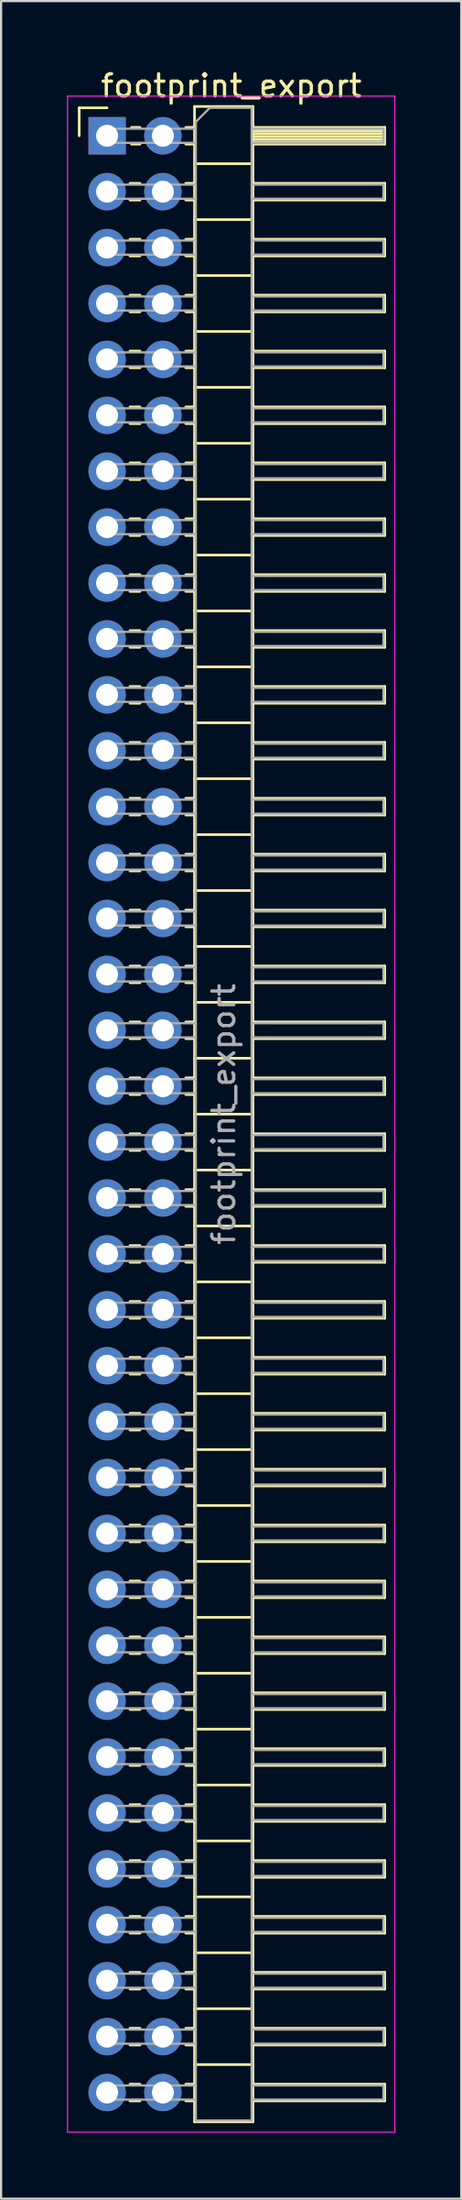
<source format=kicad_pcb>
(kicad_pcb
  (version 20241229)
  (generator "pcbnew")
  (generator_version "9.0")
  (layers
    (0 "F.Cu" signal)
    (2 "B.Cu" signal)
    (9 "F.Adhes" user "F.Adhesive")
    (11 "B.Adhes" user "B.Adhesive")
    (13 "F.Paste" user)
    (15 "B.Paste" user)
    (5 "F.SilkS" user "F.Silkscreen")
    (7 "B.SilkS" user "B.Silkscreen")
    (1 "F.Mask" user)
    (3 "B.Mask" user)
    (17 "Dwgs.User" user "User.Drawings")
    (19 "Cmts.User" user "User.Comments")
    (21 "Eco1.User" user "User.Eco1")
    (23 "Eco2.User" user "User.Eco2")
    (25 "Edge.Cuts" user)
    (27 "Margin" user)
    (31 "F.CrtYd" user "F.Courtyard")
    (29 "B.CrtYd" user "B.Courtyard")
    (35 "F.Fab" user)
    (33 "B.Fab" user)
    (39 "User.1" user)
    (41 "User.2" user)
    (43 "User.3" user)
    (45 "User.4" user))
  (footprint "footprint_export"
    (layer "F.Cu")
    (at 1.825 3.118)
    (property "Reference" "footprint_export" (at 5.655 -2.27 0) (layer "F.SilkS") (effects (font (size 1 1) (thickness 0.15))))
    (attr through_hole)
    (fp_line (start -1.27 -1.27) (end 0 -1.27) (stroke (width 0.12) (type solid)) (layer "F.SilkS"))
    (fp_line (start -1.27 0) (end -1.27 -1.27) (stroke (width 0.12) (type solid)) (layer "F.SilkS"))
    (fp_line (start 1.043 2.16) (end 1.497 2.16) (stroke (width 0.12) (type solid)) (layer "F.SilkS"))
    (fp_line (start 1.043 2.92) (end 1.497 2.92) (stroke (width 0.12) (type solid)) (layer "F.SilkS"))
    (fp_line (start 1.043 4.7) (end 1.497 4.7) (stroke (width 0.12) (type solid)) (layer "F.SilkS"))
    (fp_line (start 1.043 5.46) (end 1.497 5.46) (stroke (width 0.12) (type solid)) (layer "F.SilkS"))
    (fp_line (start 1.043 7.24) (end 1.497 7.24) (stroke (width 0.12) (type solid)) (layer "F.SilkS"))
    (fp_line (start 1.043 8) (end 1.497 8) (stroke (width 0.12) (type solid)) (layer "F.SilkS"))
    (fp_line (start 1.043 9.78) (end 1.497 9.78) (stroke (width 0.12) (type solid)) (layer "F.SilkS"))
    (fp_line (start 1.043 10.54) (end 1.497 10.54) (stroke (width 0.12) (type solid)) (layer "F.SilkS"))
    (fp_line (start 1.043 12.32) (end 1.497 12.32) (stroke (width 0.12) (type solid)) (layer "F.SilkS"))
    (fp_line (start 1.043 13.08) (end 1.497 13.08) (stroke (width 0.12) (type solid)) (layer "F.SilkS"))
    (fp_line (start 1.043 14.86) (end 1.497 14.86) (stroke (width 0.12) (type solid)) (layer "F.SilkS"))
    (fp_line (start 1.043 15.62) (end 1.497 15.62) (stroke (width 0.12) (type solid)) (layer "F.SilkS"))
    (fp_line (start 1.043 17.4) (end 1.497 17.4) (stroke (width 0.12) (type solid)) (layer "F.SilkS"))
    (fp_line (start 1.043 18.16) (end 1.497 18.16) (stroke (width 0.12) (type solid)) (layer "F.SilkS"))
    (fp_line (start 1.043 19.94) (end 1.497 19.94) (stroke (width 0.12) (type solid)) (layer "F.SilkS"))
    (fp_line (start 1.043 20.7) (end 1.497 20.7) (stroke (width 0.12) (type solid)) (layer "F.SilkS"))
    (fp_line (start 1.043 22.48) (end 1.497 22.48) (stroke (width 0.12) (type solid)) (layer "F.SilkS"))
    (fp_line (start 1.043 23.24) (end 1.497 23.24) (stroke (width 0.12) (type solid)) (layer "F.SilkS"))
    (fp_line (start 1.043 25.02) (end 1.497 25.02) (stroke (width 0.12) (type solid)) (layer "F.SilkS"))
    (fp_line (start 1.043 25.78) (end 1.497 25.78) (stroke (width 0.12) (type solid)) (layer "F.SilkS"))
    (fp_line (start 1.043 27.56) (end 1.497 27.56) (stroke (width 0.12) (type solid)) (layer "F.SilkS"))
    (fp_line (start 1.043 28.32) (end 1.497 28.32) (stroke (width 0.12) (type solid)) (layer "F.SilkS"))
    (fp_line (start 1.043 30.1) (end 1.497 30.1) (stroke (width 0.12) (type solid)) (layer "F.SilkS"))
    (fp_line (start 1.043 30.86) (end 1.497 30.86) (stroke (width 0.12) (type solid)) (layer "F.SilkS"))
    (fp_line (start 1.043 32.64) (end 1.497 32.64) (stroke (width 0.12) (type solid)) (layer "F.SilkS"))
    (fp_line (start 1.043 33.4) (end 1.497 33.4) (stroke (width 0.12) (type solid)) (layer "F.SilkS"))
    (fp_line (start 1.043 35.18) (end 1.497 35.18) (stroke (width 0.12) (type solid)) (layer "F.SilkS"))
    (fp_line (start 1.043 35.94) (end 1.497 35.94) (stroke (width 0.12) (type solid)) (layer "F.SilkS"))
    (fp_line (start 1.043 37.72) (end 1.497 37.72) (stroke (width 0.12) (type solid)) (layer "F.SilkS"))
    (fp_line (start 1.043 38.48) (end 1.497 38.48) (stroke (width 0.12) (type solid)) (layer "F.SilkS"))
    (fp_line (start 1.043 40.26) (end 1.497 40.26) (stroke (width 0.12) (type solid)) (layer "F.SilkS"))
    (fp_line (start 1.043 41.02) (end 1.497 41.02) (stroke (width 0.12) (type solid)) (layer "F.SilkS"))
    (fp_line (start 1.043 42.8) (end 1.497 42.8) (stroke (width 0.12) (type solid)) (layer "F.SilkS"))
    (fp_line (start 1.043 43.56) (end 1.497 43.56) (stroke (width 0.12) (type solid)) (layer "F.SilkS"))
    (fp_line (start 1.043 45.34) (end 1.497 45.34) (stroke (width 0.12) (type solid)) (layer "F.SilkS"))
    (fp_line (start 1.043 46.1) (end 1.497 46.1) (stroke (width 0.12) (type solid)) (layer "F.SilkS"))
    (fp_line (start 1.043 47.88) (end 1.497 47.88) (stroke (width 0.12) (type solid)) (layer "F.SilkS"))
    (fp_line (start 1.043 48.64) (end 1.497 48.64) (stroke (width 0.12) (type solid)) (layer "F.SilkS"))
    (fp_line (start 1.043 50.42) (end 1.497 50.42) (stroke (width 0.12) (type solid)) (layer "F.SilkS"))
    (fp_line (start 1.043 51.18) (end 1.497 51.18) (stroke (width 0.12) (type solid)) (layer "F.SilkS"))
    (fp_line (start 1.043 52.96) (end 1.497 52.96) (stroke (width 0.12) (type solid)) (layer "F.SilkS"))
    (fp_line (start 1.043 53.72) (end 1.497 53.72) (stroke (width 0.12) (type solid)) (layer "F.SilkS"))
    (fp_line (start 1.043 55.5) (end 1.497 55.5) (stroke (width 0.12) (type solid)) (layer "F.SilkS"))
    (fp_line (start 1.043 56.26) (end 1.497 56.26) (stroke (width 0.12) (type solid)) (layer "F.SilkS"))
    (fp_line (start 1.043 58.04) (end 1.497 58.04) (stroke (width 0.12) (type solid)) (layer "F.SilkS"))
    (fp_line (start 1.043 58.8) (end 1.497 58.8) (stroke (width 0.12) (type solid)) (layer "F.SilkS"))
    (fp_line (start 1.043 60.58) (end 1.497 60.58) (stroke (width 0.12) (type solid)) (layer "F.SilkS"))
    (fp_line (start 1.043 61.34) (end 1.497 61.34) (stroke (width 0.12) (type solid)) (layer "F.SilkS"))
    (fp_line (start 1.043 63.12) (end 1.497 63.12) (stroke (width 0.12) (type solid)) (layer "F.SilkS"))
    (fp_line (start 1.043 63.88) (end 1.497 63.88) (stroke (width 0.12) (type solid)) (layer "F.SilkS"))
    (fp_line (start 1.043 65.66) (end 1.497 65.66) (stroke (width 0.12) (type solid)) (layer "F.SilkS"))
    (fp_line (start 1.043 66.42) (end 1.497 66.42) (stroke (width 0.12) (type solid)) (layer "F.SilkS"))
    (fp_line (start 1.043 68.2) (end 1.497 68.2) (stroke (width 0.12) (type solid)) (layer "F.SilkS"))
    (fp_line (start 1.043 68.96) (end 1.497 68.96) (stroke (width 0.12) (type solid)) (layer "F.SilkS"))
    (fp_line (start 1.043 70.74) (end 1.497 70.74) (stroke (width 0.12) (type solid)) (layer "F.SilkS"))
    (fp_line (start 1.043 71.5) (end 1.497 71.5) (stroke (width 0.12) (type solid)) (layer "F.SilkS"))
    (fp_line (start 1.043 73.28) (end 1.497 73.28) (stroke (width 0.12) (type solid)) (layer "F.SilkS"))
    (fp_line (start 1.043 74.04) (end 1.497 74.04) (stroke (width 0.12) (type solid)) (layer "F.SilkS"))
    (fp_line (start 1.043 75.82) (end 1.497 75.82) (stroke (width 0.12) (type solid)) (layer "F.SilkS"))
    (fp_line (start 1.043 76.58) (end 1.497 76.58) (stroke (width 0.12) (type solid)) (layer "F.SilkS"))
    (fp_line (start 1.043 78.36) (end 1.497 78.36) (stroke (width 0.12) (type solid)) (layer "F.SilkS"))
    (fp_line (start 1.043 79.12) (end 1.497 79.12) (stroke (width 0.12) (type solid)) (layer "F.SilkS"))
    (fp_line (start 1.043 80.9) (end 1.497 80.9) (stroke (width 0.12) (type solid)) (layer "F.SilkS"))
    (fp_line (start 1.043 81.66) (end 1.497 81.66) (stroke (width 0.12) (type solid)) (layer "F.SilkS"))
    (fp_line (start 1.043 83.44) (end 1.497 83.44) (stroke (width 0.12) (type solid)) (layer "F.SilkS"))
    (fp_line (start 1.043 84.2) (end 1.497 84.2) (stroke (width 0.12) (type solid)) (layer "F.SilkS"))
    (fp_line (start 1.043 85.98) (end 1.497 85.98) (stroke (width 0.12) (type solid)) (layer "F.SilkS"))
    (fp_line (start 1.043 86.74) (end 1.497 86.74) (stroke (width 0.12) (type solid)) (layer "F.SilkS"))
    (fp_line (start 1.043 88.52) (end 1.497 88.52) (stroke (width 0.12) (type solid)) (layer "F.SilkS"))
    (fp_line (start 1.043 89.28) (end 1.497 89.28) (stroke (width 0.12) (type solid)) (layer "F.SilkS"))
    (fp_line (start 1.11 -0.38) (end 1.497 -0.38) (stroke (width 0.12) (type solid)) (layer "F.SilkS"))
    (fp_line (start 1.11 0.38) (end 1.497 0.38) (stroke (width 0.12) (type solid)) (layer "F.SilkS"))
    (fp_line (start 3.583 -0.38) (end 3.98 -0.38) (stroke (width 0.12) (type solid)) (layer "F.SilkS"))
    (fp_line (start 3.583 0.38) (end 3.98 0.38) (stroke (width 0.12) (type solid)) (layer "F.SilkS"))
    (fp_line (start 3.583 2.16) (end 3.98 2.16) (stroke (width 0.12) (type solid)) (layer "F.SilkS"))
    (fp_line (start 3.583 2.92) (end 3.98 2.92) (stroke (width 0.12) (type solid)) (layer "F.SilkS"))
    (fp_line (start 3.583 4.7) (end 3.98 4.7) (stroke (width 0.12) (type solid)) (layer "F.SilkS"))
    (fp_line (start 3.583 5.46) (end 3.98 5.46) (stroke (width 0.12) (type solid)) (layer "F.SilkS"))
    (fp_line (start 3.583 7.24) (end 3.98 7.24) (stroke (width 0.12) (type solid)) (layer "F.SilkS"))
    (fp_line (start 3.583 8) (end 3.98 8) (stroke (width 0.12) (type solid)) (layer "F.SilkS"))
    (fp_line (start 3.583 9.78) (end 3.98 9.78) (stroke (width 0.12) (type solid)) (layer "F.SilkS"))
    (fp_line (start 3.583 10.54) (end 3.98 10.54) (stroke (width 0.12) (type solid)) (layer "F.SilkS"))
    (fp_line (start 3.583 12.32) (end 3.98 12.32) (stroke (width 0.12) (type solid)) (layer "F.SilkS"))
    (fp_line (start 3.583 13.08) (end 3.98 13.08) (stroke (width 0.12) (type solid)) (layer "F.SilkS"))
    (fp_line (start 3.583 14.86) (end 3.98 14.86) (stroke (width 0.12) (type solid)) (layer "F.SilkS"))
    (fp_line (start 3.583 15.62) (end 3.98 15.62) (stroke (width 0.12) (type solid)) (layer "F.SilkS"))
    (fp_line (start 3.583 17.4) (end 3.98 17.4) (stroke (width 0.12) (type solid)) (layer "F.SilkS"))
    (fp_line (start 3.583 18.16) (end 3.98 18.16) (stroke (width 0.12) (type solid)) (layer "F.SilkS"))
    (fp_line (start 3.583 19.94) (end 3.98 19.94) (stroke (width 0.12) (type solid)) (layer "F.SilkS"))
    (fp_line (start 3.583 20.7) (end 3.98 20.7) (stroke (width 0.12) (type solid)) (layer "F.SilkS"))
    (fp_line (start 3.583 22.48) (end 3.98 22.48) (stroke (width 0.12) (type solid)) (layer "F.SilkS"))
    (fp_line (start 3.583 23.24) (end 3.98 23.24) (stroke (width 0.12) (type solid)) (layer "F.SilkS"))
    (fp_line (start 3.583 25.02) (end 3.98 25.02) (stroke (width 0.12) (type solid)) (layer "F.SilkS"))
    (fp_line (start 3.583 25.78) (end 3.98 25.78) (stroke (width 0.12) (type solid)) (layer "F.SilkS"))
    (fp_line (start 3.583 27.56) (end 3.98 27.56) (stroke (width 0.12) (type solid)) (layer "F.SilkS"))
    (fp_line (start 3.583 28.32) (end 3.98 28.32) (stroke (width 0.12) (type solid)) (layer "F.SilkS"))
    (fp_line (start 3.583 30.1) (end 3.98 30.1) (stroke (width 0.12) (type solid)) (layer "F.SilkS"))
    (fp_line (start 3.583 30.86) (end 3.98 30.86) (stroke (width 0.12) (type solid)) (layer "F.SilkS"))
    (fp_line (start 3.583 32.64) (end 3.98 32.64) (stroke (width 0.12) (type solid)) (layer "F.SilkS"))
    (fp_line (start 3.583 33.4) (end 3.98 33.4) (stroke (width 0.12) (type solid)) (layer "F.SilkS"))
    (fp_line (start 3.583 35.18) (end 3.98 35.18) (stroke (width 0.12) (type solid)) (layer "F.SilkS"))
    (fp_line (start 3.583 35.94) (end 3.98 35.94) (stroke (width 0.12) (type solid)) (layer "F.SilkS"))
    (fp_line (start 3.583 37.72) (end 3.98 37.72) (stroke (width 0.12) (type solid)) (layer "F.SilkS"))
    (fp_line (start 3.583 38.48) (end 3.98 38.48) (stroke (width 0.12) (type solid)) (layer "F.SilkS"))
    (fp_line (start 3.583 40.26) (end 3.98 40.26) (stroke (width 0.12) (type solid)) (layer "F.SilkS"))
    (fp_line (start 3.583 41.02) (end 3.98 41.02) (stroke (width 0.12) (type solid)) (layer "F.SilkS"))
    (fp_line (start 3.583 42.8) (end 3.98 42.8) (stroke (width 0.12) (type solid)) (layer "F.SilkS"))
    (fp_line (start 3.583 43.56) (end 3.98 43.56) (stroke (width 0.12) (type solid)) (layer "F.SilkS"))
    (fp_line (start 3.583 45.34) (end 3.98 45.34) (stroke (width 0.12) (type solid)) (layer "F.SilkS"))
    (fp_line (start 3.583 46.1) (end 3.98 46.1) (stroke (width 0.12) (type solid)) (layer "F.SilkS"))
    (fp_line (start 3.583 47.88) (end 3.98 47.88) (stroke (width 0.12) (type solid)) (layer "F.SilkS"))
    (fp_line (start 3.583 48.64) (end 3.98 48.64) (stroke (width 0.12) (type solid)) (layer "F.SilkS"))
    (fp_line (start 3.583 50.42) (end 3.98 50.42) (stroke (width 0.12) (type solid)) (layer "F.SilkS"))
    (fp_line (start 3.583 51.18) (end 3.98 51.18) (stroke (width 0.12) (type solid)) (layer "F.SilkS"))
    (fp_line (start 3.583 52.96) (end 3.98 52.96) (stroke (width 0.12) (type solid)) (layer "F.SilkS"))
    (fp_line (start 3.583 53.72) (end 3.98 53.72) (stroke (width 0.12) (type solid)) (layer "F.SilkS"))
    (fp_line (start 3.583 55.5) (end 3.98 55.5) (stroke (width 0.12) (type solid)) (layer "F.SilkS"))
    (fp_line (start 3.583 56.26) (end 3.98 56.26) (stroke (width 0.12) (type solid)) (layer "F.SilkS"))
    (fp_line (start 3.583 58.04) (end 3.98 58.04) (stroke (width 0.12) (type solid)) (layer "F.SilkS"))
    (fp_line (start 3.583 58.8) (end 3.98 58.8) (stroke (width 0.12) (type solid)) (layer "F.SilkS"))
    (fp_line (start 3.583 60.58) (end 3.98 60.58) (stroke (width 0.12) (type solid)) (layer "F.SilkS"))
    (fp_line (start 3.583 61.34) (end 3.98 61.34) (stroke (width 0.12) (type solid)) (layer "F.SilkS"))
    (fp_line (start 3.583 63.12) (end 3.98 63.12) (stroke (width 0.12) (type solid)) (layer "F.SilkS"))
    (fp_line (start 3.583 63.88) (end 3.98 63.88) (stroke (width 0.12) (type solid)) (layer "F.SilkS"))
    (fp_line (start 3.583 65.66) (end 3.98 65.66) (stroke (width 0.12) (type solid)) (layer "F.SilkS"))
    (fp_line (start 3.583 66.42) (end 3.98 66.42) (stroke (width 0.12) (type solid)) (layer "F.SilkS"))
    (fp_line (start 3.583 68.2) (end 3.98 68.2) (stroke (width 0.12) (type solid)) (layer "F.SilkS"))
    (fp_line (start 3.583 68.96) (end 3.98 68.96) (stroke (width 0.12) (type solid)) (layer "F.SilkS"))
    (fp_line (start 3.583 70.74) (end 3.98 70.74) (stroke (width 0.12) (type solid)) (layer "F.SilkS"))
    (fp_line (start 3.583 71.5) (end 3.98 71.5) (stroke (width 0.12) (type solid)) (layer "F.SilkS"))
    (fp_line (start 3.583 73.28) (end 3.98 73.28) (stroke (width 0.12) (type solid)) (layer "F.SilkS"))
    (fp_line (start 3.583 74.04) (end 3.98 74.04) (stroke (width 0.12) (type solid)) (layer "F.SilkS"))
    (fp_line (start 3.583 75.82) (end 3.98 75.82) (stroke (width 0.12) (type solid)) (layer "F.SilkS"))
    (fp_line (start 3.583 76.58) (end 3.98 76.58) (stroke (width 0.12) (type solid)) (layer "F.SilkS"))
    (fp_line (start 3.583 78.36) (end 3.98 78.36) (stroke (width 0.12) (type solid)) (layer "F.SilkS"))
    (fp_line (start 3.583 79.12) (end 3.98 79.12) (stroke (width 0.12) (type solid)) (layer "F.SilkS"))
    (fp_line (start 3.583 80.9) (end 3.98 80.9) (stroke (width 0.12) (type solid)) (layer "F.SilkS"))
    (fp_line (start 3.583 81.66) (end 3.98 81.66) (stroke (width 0.12) (type solid)) (layer "F.SilkS"))
    (fp_line (start 3.583 83.44) (end 3.98 83.44) (stroke (width 0.12) (type solid)) (layer "F.SilkS"))
    (fp_line (start 3.583 84.2) (end 3.98 84.2) (stroke (width 0.12) (type solid)) (layer "F.SilkS"))
    (fp_line (start 3.583 85.98) (end 3.98 85.98) (stroke (width 0.12) (type solid)) (layer "F.SilkS"))
    (fp_line (start 3.583 86.74) (end 3.98 86.74) (stroke (width 0.12) (type solid)) (layer "F.SilkS"))
    (fp_line (start 3.583 88.52) (end 3.98 88.52) (stroke (width 0.12) (type solid)) (layer "F.SilkS"))
    (fp_line (start 3.583 89.28) (end 3.98 89.28) (stroke (width 0.12) (type solid)) (layer "F.SilkS"))
    (fp_line (start 3.98 -1.33) (end 3.98 90.23) (stroke (width 0.12) (type solid)) (layer "F.SilkS"))
    (fp_line (start 3.98 1.27) (end 6.64 1.27) (stroke (width 0.12) (type solid)) (layer "F.SilkS"))
    (fp_line (start 3.98 3.81) (end 6.64 3.81) (stroke (width 0.12) (type solid)) (layer "F.SilkS"))
    (fp_line (start 3.98 6.35) (end 6.64 6.35) (stroke (width 0.12) (type solid)) (layer "F.SilkS"))
    (fp_line (start 3.98 8.89) (end 6.64 8.89) (stroke (width 0.12) (type solid)) (layer "F.SilkS"))
    (fp_line (start 3.98 11.43) (end 6.64 11.43) (stroke (width 0.12) (type solid)) (layer "F.SilkS"))
    (fp_line (start 3.98 13.97) (end 6.64 13.97) (stroke (width 0.12) (type solid)) (layer "F.SilkS"))
    (fp_line (start 3.98 16.51) (end 6.64 16.51) (stroke (width 0.12) (type solid)) (layer "F.SilkS"))
    (fp_line (start 3.98 19.05) (end 6.64 19.05) (stroke (width 0.12) (type solid)) (layer "F.SilkS"))
    (fp_line (start 3.98 21.59) (end 6.64 21.59) (stroke (width 0.12) (type solid)) (layer "F.SilkS"))
    (fp_line (start 3.98 24.13) (end 6.64 24.13) (stroke (width 0.12) (type solid)) (layer "F.SilkS"))
    (fp_line (start 3.98 26.67) (end 6.64 26.67) (stroke (width 0.12) (type solid)) (layer "F.SilkS"))
    (fp_line (start 3.98 29.21) (end 6.64 29.21) (stroke (width 0.12) (type solid)) (layer "F.SilkS"))
    (fp_line (start 3.98 31.75) (end 6.64 31.75) (stroke (width 0.12) (type solid)) (layer "F.SilkS"))
    (fp_line (start 3.98 34.29) (end 6.64 34.29) (stroke (width 0.12) (type solid)) (layer "F.SilkS"))
    (fp_line (start 3.98 36.83) (end 6.64 36.83) (stroke (width 0.12) (type solid)) (layer "F.SilkS"))
    (fp_line (start 3.98 39.37) (end 6.64 39.37) (stroke (width 0.12) (type solid)) (layer "F.SilkS"))
    (fp_line (start 3.98 41.91) (end 6.64 41.91) (stroke (width 0.12) (type solid)) (layer "F.SilkS"))
    (fp_line (start 3.98 44.45) (end 6.64 44.45) (stroke (width 0.12) (type solid)) (layer "F.SilkS"))
    (fp_line (start 3.98 46.99) (end 6.64 46.99) (stroke (width 0.12) (type solid)) (layer "F.SilkS"))
    (fp_line (start 3.98 49.53) (end 6.64 49.53) (stroke (width 0.12) (type solid)) (layer "F.SilkS"))
    (fp_line (start 3.98 52.07) (end 6.64 52.07) (stroke (width 0.12) (type solid)) (layer "F.SilkS"))
    (fp_line (start 3.98 54.61) (end 6.64 54.61) (stroke (width 0.12) (type solid)) (layer "F.SilkS"))
    (fp_line (start 3.98 57.15) (end 6.64 57.15) (stroke (width 0.12) (type solid)) (layer "F.SilkS"))
    (fp_line (start 3.98 59.69) (end 6.64 59.69) (stroke (width 0.12) (type solid)) (layer "F.SilkS"))
    (fp_line (start 3.98 62.23) (end 6.64 62.23) (stroke (width 0.12) (type solid)) (layer "F.SilkS"))
    (fp_line (start 3.98 64.77) (end 6.64 64.77) (stroke (width 0.12) (type solid)) (layer "F.SilkS"))
    (fp_line (start 3.98 67.31) (end 6.64 67.31) (stroke (width 0.12) (type solid)) (layer "F.SilkS"))
    (fp_line (start 3.98 69.85) (end 6.64 69.85) (stroke (width 0.12) (type solid)) (layer "F.SilkS"))
    (fp_line (start 3.98 72.39) (end 6.64 72.39) (stroke (width 0.12) (type solid)) (layer "F.SilkS"))
    (fp_line (start 3.98 74.93) (end 6.64 74.93) (stroke (width 0.12) (type solid)) (layer "F.SilkS"))
    (fp_line (start 3.98 77.47) (end 6.64 77.47) (stroke (width 0.12) (type solid)) (layer "F.SilkS"))
    (fp_line (start 3.98 80.01) (end 6.64 80.01) (stroke (width 0.12) (type solid)) (layer "F.SilkS"))
    (fp_line (start 3.98 82.55) (end 6.64 82.55) (stroke (width 0.12) (type solid)) (layer "F.SilkS"))
    (fp_line (start 3.98 85.09) (end 6.64 85.09) (stroke (width 0.12) (type solid)) (layer "F.SilkS"))
    (fp_line (start 3.98 87.63) (end 6.64 87.63) (stroke (width 0.12) (type solid)) (layer "F.SilkS"))
    (fp_line (start 3.98 90.23) (end 6.64 90.23) (stroke (width 0.12) (type solid)) (layer "F.SilkS"))
    (fp_line (start 6.64 -1.33) (end 3.98 -1.33) (stroke (width 0.12) (type solid)) (layer "F.SilkS"))
    (fp_line (start 6.64 -0.38) (end 12.64 -0.38) (stroke (width 0.12) (type solid)) (layer "F.SilkS"))
    (fp_line (start 6.64 -0.32) (end 12.64 -0.32) (stroke (width 0.12) (type solid)) (layer "F.SilkS"))
    (fp_line (start 6.64 -0.2) (end 12.64 -0.2) (stroke (width 0.12) (type solid)) (layer "F.SilkS"))
    (fp_line (start 6.64 -0.08) (end 12.64 -0.08) (stroke (width 0.12) (type solid)) (layer "F.SilkS"))
    (fp_line (start 6.64 0.04) (end 12.64 0.04) (stroke (width 0.12) (type solid)) (layer "F.SilkS"))
    (fp_line (start 6.64 0.16) (end 12.64 0.16) (stroke (width 0.12) (type solid)) (layer "F.SilkS"))
    (fp_line (start 6.64 0.28) (end 12.64 0.28) (stroke (width 0.12) (type solid)) (layer "F.SilkS"))
    (fp_line (start 6.64 2.16) (end 12.64 2.16) (stroke (width 0.12) (type solid)) (layer "F.SilkS"))
    (fp_line (start 6.64 4.7) (end 12.64 4.7) (stroke (width 0.12) (type solid)) (layer "F.SilkS"))
    (fp_line (start 6.64 7.24) (end 12.64 7.24) (stroke (width 0.12) (type solid)) (layer "F.SilkS"))
    (fp_line (start 6.64 9.78) (end 12.64 9.78) (stroke (width 0.12) (type solid)) (layer "F.SilkS"))
    (fp_line (start 6.64 12.32) (end 12.64 12.32) (stroke (width 0.12) (type solid)) (layer "F.SilkS"))
    (fp_line (start 6.64 14.86) (end 12.64 14.86) (stroke (width 0.12) (type solid)) (layer "F.SilkS"))
    (fp_line (start 6.64 17.4) (end 12.64 17.4) (stroke (width 0.12) (type solid)) (layer "F.SilkS"))
    (fp_line (start 6.64 19.94) (end 12.64 19.94) (stroke (width 0.12) (type solid)) (layer "F.SilkS"))
    (fp_line (start 6.64 22.48) (end 12.64 22.48) (stroke (width 0.12) (type solid)) (layer "F.SilkS"))
    (fp_line (start 6.64 25.02) (end 12.64 25.02) (stroke (width 0.12) (type solid)) (layer "F.SilkS"))
    (fp_line (start 6.64 27.56) (end 12.64 27.56) (stroke (width 0.12) (type solid)) (layer "F.SilkS"))
    (fp_line (start 6.64 30.1) (end 12.64 30.1) (stroke (width 0.12) (type solid)) (layer "F.SilkS"))
    (fp_line (start 6.64 32.64) (end 12.64 32.64) (stroke (width 0.12) (type solid)) (layer "F.SilkS"))
    (fp_line (start 6.64 35.18) (end 12.64 35.18) (stroke (width 0.12) (type solid)) (layer "F.SilkS"))
    (fp_line (start 6.64 37.72) (end 12.64 37.72) (stroke (width 0.12) (type solid)) (layer "F.SilkS"))
    (fp_line (start 6.64 40.26) (end 12.64 40.26) (stroke (width 0.12) (type solid)) (layer "F.SilkS"))
    (fp_line (start 6.64 42.8) (end 12.64 42.8) (stroke (width 0.12) (type solid)) (layer "F.SilkS"))
    (fp_line (start 6.64 45.34) (end 12.64 45.34) (stroke (width 0.12) (type solid)) (layer "F.SilkS"))
    (fp_line (start 6.64 47.88) (end 12.64 47.88) (stroke (width 0.12) (type solid)) (layer "F.SilkS"))
    (fp_line (start 6.64 50.42) (end 12.64 50.42) (stroke (width 0.12) (type solid)) (layer "F.SilkS"))
    (fp_line (start 6.64 52.96) (end 12.64 52.96) (stroke (width 0.12) (type solid)) (layer "F.SilkS"))
    (fp_line (start 6.64 55.5) (end 12.64 55.5) (stroke (width 0.12) (type solid)) (layer "F.SilkS"))
    (fp_line (start 6.64 58.04) (end 12.64 58.04) (stroke (width 0.12) (type solid)) (layer "F.SilkS"))
    (fp_line (start 6.64 60.58) (end 12.64 60.58) (stroke (width 0.12) (type solid)) (layer "F.SilkS"))
    (fp_line (start 6.64 63.12) (end 12.64 63.12) (stroke (width 0.12) (type solid)) (layer "F.SilkS"))
    (fp_line (start 6.64 65.66) (end 12.64 65.66) (stroke (width 0.12) (type solid)) (layer "F.SilkS"))
    (fp_line (start 6.64 68.2) (end 12.64 68.2) (stroke (width 0.12) (type solid)) (layer "F.SilkS"))
    (fp_line (start 6.64 70.74) (end 12.64 70.74) (stroke (width 0.12) (type solid)) (layer "F.SilkS"))
    (fp_line (start 6.64 73.28) (end 12.64 73.28) (stroke (width 0.12) (type solid)) (layer "F.SilkS"))
    (fp_line (start 6.64 75.82) (end 12.64 75.82) (stroke (width 0.12) (type solid)) (layer "F.SilkS"))
    (fp_line (start 6.64 78.36) (end 12.64 78.36) (stroke (width 0.12) (type solid)) (layer "F.SilkS"))
    (fp_line (start 6.64 80.9) (end 12.64 80.9) (stroke (width 0.12) (type solid)) (layer "F.SilkS"))
    (fp_line (start 6.64 83.44) (end 12.64 83.44) (stroke (width 0.12) (type solid)) (layer "F.SilkS"))
    (fp_line (start 6.64 85.98) (end 12.64 85.98) (stroke (width 0.12) (type solid)) (layer "F.SilkS"))
    (fp_line (start 6.64 88.52) (end 12.64 88.52) (stroke (width 0.12) (type solid)) (layer "F.SilkS"))
    (fp_line (start 6.64 90.23) (end 6.64 -1.33) (stroke (width 0.12) (type solid)) (layer "F.SilkS"))
    (fp_line (start 12.64 -0.38) (end 12.64 0.38) (stroke (width 0.12) (type solid)) (layer "F.SilkS"))
    (fp_line (start 12.64 0.38) (end 6.64 0.38) (stroke (width 0.12) (type solid)) (layer "F.SilkS"))
    (fp_line (start 12.64 2.16) (end 12.64 2.92) (stroke (width 0.12) (type solid)) (layer "F.SilkS"))
    (fp_line (start 12.64 2.92) (end 6.64 2.92) (stroke (width 0.12) (type solid)) (layer "F.SilkS"))
    (fp_line (start 12.64 4.7) (end 12.64 5.46) (stroke (width 0.12) (type solid)) (layer "F.SilkS"))
    (fp_line (start 12.64 5.46) (end 6.64 5.46) (stroke (width 0.12) (type solid)) (layer "F.SilkS"))
    (fp_line (start 12.64 7.24) (end 12.64 8) (stroke (width 0.12) (type solid)) (layer "F.SilkS"))
    (fp_line (start 12.64 8) (end 6.64 8) (stroke (width 0.12) (type solid)) (layer "F.SilkS"))
    (fp_line (start 12.64 9.78) (end 12.64 10.54) (stroke (width 0.12) (type solid)) (layer "F.SilkS"))
    (fp_line (start 12.64 10.54) (end 6.64 10.54) (stroke (width 0.12) (type solid)) (layer "F.SilkS"))
    (fp_line (start 12.64 12.32) (end 12.64 13.08) (stroke (width 0.12) (type solid)) (layer "F.SilkS"))
    (fp_line (start 12.64 13.08) (end 6.64 13.08) (stroke (width 0.12) (type solid)) (layer "F.SilkS"))
    (fp_line (start 12.64 14.86) (end 12.64 15.62) (stroke (width 0.12) (type solid)) (layer "F.SilkS"))
    (fp_line (start 12.64 15.62) (end 6.64 15.62) (stroke (width 0.12) (type solid)) (layer "F.SilkS"))
    (fp_line (start 12.64 17.4) (end 12.64 18.16) (stroke (width 0.12) (type solid)) (layer "F.SilkS"))
    (fp_line (start 12.64 18.16) (end 6.64 18.16) (stroke (width 0.12) (type solid)) (layer "F.SilkS"))
    (fp_line (start 12.64 19.94) (end 12.64 20.7) (stroke (width 0.12) (type solid)) (layer "F.SilkS"))
    (fp_line (start 12.64 20.7) (end 6.64 20.7) (stroke (width 0.12) (type solid)) (layer "F.SilkS"))
    (fp_line (start 12.64 22.48) (end 12.64 23.24) (stroke (width 0.12) (type solid)) (layer "F.SilkS"))
    (fp_line (start 12.64 23.24) (end 6.64 23.24) (stroke (width 0.12) (type solid)) (layer "F.SilkS"))
    (fp_line (start 12.64 25.02) (end 12.64 25.78) (stroke (width 0.12) (type solid)) (layer "F.SilkS"))
    (fp_line (start 12.64 25.78) (end 6.64 25.78) (stroke (width 0.12) (type solid)) (layer "F.SilkS"))
    (fp_line (start 12.64 27.56) (end 12.64 28.32) (stroke (width 0.12) (type solid)) (layer "F.SilkS"))
    (fp_line (start 12.64 28.32) (end 6.64 28.32) (stroke (width 0.12) (type solid)) (layer "F.SilkS"))
    (fp_line (start 12.64 30.1) (end 12.64 30.86) (stroke (width 0.12) (type solid)) (layer "F.SilkS"))
    (fp_line (start 12.64 30.86) (end 6.64 30.86) (stroke (width 0.12) (type solid)) (layer "F.SilkS"))
    (fp_line (start 12.64 32.64) (end 12.64 33.4) (stroke (width 0.12) (type solid)) (layer "F.SilkS"))
    (fp_line (start 12.64 33.4) (end 6.64 33.4) (stroke (width 0.12) (type solid)) (layer "F.SilkS"))
    (fp_line (start 12.64 35.18) (end 12.64 35.94) (stroke (width 0.12) (type solid)) (layer "F.SilkS"))
    (fp_line (start 12.64 35.94) (end 6.64 35.94) (stroke (width 0.12) (type solid)) (layer "F.SilkS"))
    (fp_line (start 12.64 37.72) (end 12.64 38.48) (stroke (width 0.12) (type solid)) (layer "F.SilkS"))
    (fp_line (start 12.64 38.48) (end 6.64 38.48) (stroke (width 0.12) (type solid)) (layer "F.SilkS"))
    (fp_line (start 12.64 40.26) (end 12.64 41.02) (stroke (width 0.12) (type solid)) (layer "F.SilkS"))
    (fp_line (start 12.64 41.02) (end 6.64 41.02) (stroke (width 0.12) (type solid)) (layer "F.SilkS"))
    (fp_line (start 12.64 42.8) (end 12.64 43.56) (stroke (width 0.12) (type solid)) (layer "F.SilkS"))
    (fp_line (start 12.64 43.56) (end 6.64 43.56) (stroke (width 0.12) (type solid)) (layer "F.SilkS"))
    (fp_line (start 12.64 45.34) (end 12.64 46.1) (stroke (width 0.12) (type solid)) (layer "F.SilkS"))
    (fp_line (start 12.64 46.1) (end 6.64 46.1) (stroke (width 0.12) (type solid)) (layer "F.SilkS"))
    (fp_line (start 12.64 47.88) (end 12.64 48.64) (stroke (width 0.12) (type solid)) (layer "F.SilkS"))
    (fp_line (start 12.64 48.64) (end 6.64 48.64) (stroke (width 0.12) (type solid)) (layer "F.SilkS"))
    (fp_line (start 12.64 50.42) (end 12.64 51.18) (stroke (width 0.12) (type solid)) (layer "F.SilkS"))
    (fp_line (start 12.64 51.18) (end 6.64 51.18) (stroke (width 0.12) (type solid)) (layer "F.SilkS"))
    (fp_line (start 12.64 52.96) (end 12.64 53.72) (stroke (width 0.12) (type solid)) (layer "F.SilkS"))
    (fp_line (start 12.64 53.72) (end 6.64 53.72) (stroke (width 0.12) (type solid)) (layer "F.SilkS"))
    (fp_line (start 12.64 55.5) (end 12.64 56.26) (stroke (width 0.12) (type solid)) (layer "F.SilkS"))
    (fp_line (start 12.64 56.26) (end 6.64 56.26) (stroke (width 0.12) (type solid)) (layer "F.SilkS"))
    (fp_line (start 12.64 58.04) (end 12.64 58.8) (stroke (width 0.12) (type solid)) (layer "F.SilkS"))
    (fp_line (start 12.64 58.8) (end 6.64 58.8) (stroke (width 0.12) (type solid)) (layer "F.SilkS"))
    (fp_line (start 12.64 60.58) (end 12.64 61.34) (stroke (width 0.12) (type solid)) (layer "F.SilkS"))
    (fp_line (start 12.64 61.34) (end 6.64 61.34) (stroke (width 0.12) (type solid)) (layer "F.SilkS"))
    (fp_line (start 12.64 63.12) (end 12.64 63.88) (stroke (width 0.12) (type solid)) (layer "F.SilkS"))
    (fp_line (start 12.64 63.88) (end 6.64 63.88) (stroke (width 0.12) (type solid)) (layer "F.SilkS"))
    (fp_line (start 12.64 65.66) (end 12.64 66.42) (stroke (width 0.12) (type solid)) (layer "F.SilkS"))
    (fp_line (start 12.64 66.42) (end 6.64 66.42) (stroke (width 0.12) (type solid)) (layer "F.SilkS"))
    (fp_line (start 12.64 68.2) (end 12.64 68.96) (stroke (width 0.12) (type solid)) (layer "F.SilkS"))
    (fp_line (start 12.64 68.96) (end 6.64 68.96) (stroke (width 0.12) (type solid)) (layer "F.SilkS"))
    (fp_line (start 12.64 70.74) (end 12.64 71.5) (stroke (width 0.12) (type solid)) (layer "F.SilkS"))
    (fp_line (start 12.64 71.5) (end 6.64 71.5) (stroke (width 0.12) (type solid)) (layer "F.SilkS"))
    (fp_line (start 12.64 73.28) (end 12.64 74.04) (stroke (width 0.12) (type solid)) (layer "F.SilkS"))
    (fp_line (start 12.64 74.04) (end 6.64 74.04) (stroke (width 0.12) (type solid)) (layer "F.SilkS"))
    (fp_line (start 12.64 75.82) (end 12.64 76.58) (stroke (width 0.12) (type solid)) (layer "F.SilkS"))
    (fp_line (start 12.64 76.58) (end 6.64 76.58) (stroke (width 0.12) (type solid)) (layer "F.SilkS"))
    (fp_line (start 12.64 78.36) (end 12.64 79.12) (stroke (width 0.12) (type solid)) (layer "F.SilkS"))
    (fp_line (start 12.64 79.12) (end 6.64 79.12) (stroke (width 0.12) (type solid)) (layer "F.SilkS"))
    (fp_line (start 12.64 80.9) (end 12.64 81.66) (stroke (width 0.12) (type solid)) (layer "F.SilkS"))
    (fp_line (start 12.64 81.66) (end 6.64 81.66) (stroke (width 0.12) (type solid)) (layer "F.SilkS"))
    (fp_line (start 12.64 83.44) (end 12.64 84.2) (stroke (width 0.12) (type solid)) (layer "F.SilkS"))
    (fp_line (start 12.64 84.2) (end 6.64 84.2) (stroke (width 0.12) (type solid)) (layer "F.SilkS"))
    (fp_line (start 12.64 85.98) (end 12.64 86.74) (stroke (width 0.12) (type solid)) (layer "F.SilkS"))
    (fp_line (start 12.64 86.74) (end 6.64 86.74) (stroke (width 0.12) (type solid)) (layer "F.SilkS"))
    (fp_line (start 12.64 88.52) (end 12.64 89.28) (stroke (width 0.12) (type solid)) (layer "F.SilkS"))
    (fp_line (start 12.64 89.28) (end 6.64 89.28) (stroke (width 0.12) (type solid)) (layer "F.SilkS"))
    (fp_line (start -1.8 -1.8) (end -1.8 90.7) (stroke (width 0.05) (type solid)) (layer "F.CrtYd"))
    (fp_line (start -1.8 90.7) (end 13.1 90.7) (stroke (width 0.05) (type solid)) (layer "F.CrtYd"))
    (fp_line (start 13.1 -1.8) (end -1.8 -1.8) (stroke (width 0.05) (type solid)) (layer "F.CrtYd"))
    (fp_line (start 13.1 90.7) (end 13.1 -1.8) (stroke (width 0.05) (type solid)) (layer "F.CrtYd"))
    (fp_line (start -0.32 -0.32) (end -0.32 0.32) (stroke (width 0.1) (type solid)) (layer "F.Fab"))
    (fp_line (start -0.32 -0.32) (end 4.04 -0.32) (stroke (width 0.1) (type solid)) (layer "F.Fab"))
    (fp_line (start -0.32 0.32) (end 4.04 0.32) (stroke (width 0.1) (type solid)) (layer "F.Fab"))
    (fp_line (start -0.32 2.22) (end -0.32 2.86) (stroke (width 0.1) (type solid)) (layer "F.Fab"))
    (fp_line (start -0.32 2.22) (end 4.04 2.22) (stroke (width 0.1) (type solid)) (layer "F.Fab"))
    (fp_line (start -0.32 2.86) (end 4.04 2.86) (stroke (width 0.1) (type solid)) (layer "F.Fab"))
    (fp_line (start -0.32 4.76) (end -0.32 5.4) (stroke (width 0.1) (type solid)) (layer "F.Fab"))
    (fp_line (start -0.32 4.76) (end 4.04 4.76) (stroke (width 0.1) (type solid)) (layer "F.Fab"))
    (fp_line (start -0.32 5.4) (end 4.04 5.4) (stroke (width 0.1) (type solid)) (layer "F.Fab"))
    (fp_line (start -0.32 7.3) (end -0.32 7.94) (stroke (width 0.1) (type solid)) (layer "F.Fab"))
    (fp_line (start -0.32 7.3) (end 4.04 7.3) (stroke (width 0.1) (type solid)) (layer "F.Fab"))
    (fp_line (start -0.32 7.94) (end 4.04 7.94) (stroke (width 0.1) (type solid)) (layer "F.Fab"))
    (fp_line (start -0.32 9.84) (end -0.32 10.48) (stroke (width 0.1) (type solid)) (layer "F.Fab"))
    (fp_line (start -0.32 9.84) (end 4.04 9.84) (stroke (width 0.1) (type solid)) (layer "F.Fab"))
    (fp_line (start -0.32 10.48) (end 4.04 10.48) (stroke (width 0.1) (type solid)) (layer "F.Fab"))
    (fp_line (start -0.32 12.38) (end -0.32 13.02) (stroke (width 0.1) (type solid)) (layer "F.Fab"))
    (fp_line (start -0.32 12.38) (end 4.04 12.38) (stroke (width 0.1) (type solid)) (layer "F.Fab"))
    (fp_line (start -0.32 13.02) (end 4.04 13.02) (stroke (width 0.1) (type solid)) (layer "F.Fab"))
    (fp_line (start -0.32 14.92) (end -0.32 15.56) (stroke (width 0.1) (type solid)) (layer "F.Fab"))
    (fp_line (start -0.32 14.92) (end 4.04 14.92) (stroke (width 0.1) (type solid)) (layer "F.Fab"))
    (fp_line (start -0.32 15.56) (end 4.04 15.56) (stroke (width 0.1) (type solid)) (layer "F.Fab"))
    (fp_line (start -0.32 17.46) (end -0.32 18.1) (stroke (width 0.1) (type solid)) (layer "F.Fab"))
    (fp_line (start -0.32 17.46) (end 4.04 17.46) (stroke (width 0.1) (type solid)) (layer "F.Fab"))
    (fp_line (start -0.32 18.1) (end 4.04 18.1) (stroke (width 0.1) (type solid)) (layer "F.Fab"))
    (fp_line (start -0.32 20) (end -0.32 20.64) (stroke (width 0.1) (type solid)) (layer "F.Fab"))
    (fp_line (start -0.32 20) (end 4.04 20) (stroke (width 0.1) (type solid)) (layer "F.Fab"))
    (fp_line (start -0.32 20.64) (end 4.04 20.64) (stroke (width 0.1) (type solid)) (layer "F.Fab"))
    (fp_line (start -0.32 22.54) (end -0.32 23.18) (stroke (width 0.1) (type solid)) (layer "F.Fab"))
    (fp_line (start -0.32 22.54) (end 4.04 22.54) (stroke (width 0.1) (type solid)) (layer "F.Fab"))
    (fp_line (start -0.32 23.18) (end 4.04 23.18) (stroke (width 0.1) (type solid)) (layer "F.Fab"))
    (fp_line (start -0.32 25.08) (end -0.32 25.72) (stroke (width 0.1) (type solid)) (layer "F.Fab"))
    (fp_line (start -0.32 25.08) (end 4.04 25.08) (stroke (width 0.1) (type solid)) (layer "F.Fab"))
    (fp_line (start -0.32 25.72) (end 4.04 25.72) (stroke (width 0.1) (type solid)) (layer "F.Fab"))
    (fp_line (start -0.32 27.62) (end -0.32 28.26) (stroke (width 0.1) (type solid)) (layer "F.Fab"))
    (fp_line (start -0.32 27.62) (end 4.04 27.62) (stroke (width 0.1) (type solid)) (layer "F.Fab"))
    (fp_line (start -0.32 28.26) (end 4.04 28.26) (stroke (width 0.1) (type solid)) (layer "F.Fab"))
    (fp_line (start -0.32 30.16) (end -0.32 30.8) (stroke (width 0.1) (type solid)) (layer "F.Fab"))
    (fp_line (start -0.32 30.16) (end 4.04 30.16) (stroke (width 0.1) (type solid)) (layer "F.Fab"))
    (fp_line (start -0.32 30.8) (end 4.04 30.8) (stroke (width 0.1) (type solid)) (layer "F.Fab"))
    (fp_line (start -0.32 32.7) (end -0.32 33.34) (stroke (width 0.1) (type solid)) (layer "F.Fab"))
    (fp_line (start -0.32 32.7) (end 4.04 32.7) (stroke (width 0.1) (type solid)) (layer "F.Fab"))
    (fp_line (start -0.32 33.34) (end 4.04 33.34) (stroke (width 0.1) (type solid)) (layer "F.Fab"))
    (fp_line (start -0.32 35.24) (end -0.32 35.88) (stroke (width 0.1) (type solid)) (layer "F.Fab"))
    (fp_line (start -0.32 35.24) (end 4.04 35.24) (stroke (width 0.1) (type solid)) (layer "F.Fab"))
    (fp_line (start -0.32 35.88) (end 4.04 35.88) (stroke (width 0.1) (type solid)) (layer "F.Fab"))
    (fp_line (start -0.32 37.78) (end -0.32 38.42) (stroke (width 0.1) (type solid)) (layer "F.Fab"))
    (fp_line (start -0.32 37.78) (end 4.04 37.78) (stroke (width 0.1) (type solid)) (layer "F.Fab"))
    (fp_line (start -0.32 38.42) (end 4.04 38.42) (stroke (width 0.1) (type solid)) (layer "F.Fab"))
    (fp_line (start -0.32 40.32) (end -0.32 40.96) (stroke (width 0.1) (type solid)) (layer "F.Fab"))
    (fp_line (start -0.32 40.32) (end 4.04 40.32) (stroke (width 0.1) (type solid)) (layer "F.Fab"))
    (fp_line (start -0.32 40.96) (end 4.04 40.96) (stroke (width 0.1) (type solid)) (layer "F.Fab"))
    (fp_line (start -0.32 42.86) (end -0.32 43.5) (stroke (width 0.1) (type solid)) (layer "F.Fab"))
    (fp_line (start -0.32 42.86) (end 4.04 42.86) (stroke (width 0.1) (type solid)) (layer "F.Fab"))
    (fp_line (start -0.32 43.5) (end 4.04 43.5) (stroke (width 0.1) (type solid)) (layer "F.Fab"))
    (fp_line (start -0.32 45.4) (end -0.32 46.04) (stroke (width 0.1) (type solid)) (layer "F.Fab"))
    (fp_line (start -0.32 45.4) (end 4.04 45.4) (stroke (width 0.1) (type solid)) (layer "F.Fab"))
    (fp_line (start -0.32 46.04) (end 4.04 46.04) (stroke (width 0.1) (type solid)) (layer "F.Fab"))
    (fp_line (start -0.32 47.94) (end -0.32 48.58) (stroke (width 0.1) (type solid)) (layer "F.Fab"))
    (fp_line (start -0.32 47.94) (end 4.04 47.94) (stroke (width 0.1) (type solid)) (layer "F.Fab"))
    (fp_line (start -0.32 48.58) (end 4.04 48.58) (stroke (width 0.1) (type solid)) (layer "F.Fab"))
    (fp_line (start -0.32 50.48) (end -0.32 51.12) (stroke (width 0.1) (type solid)) (layer "F.Fab"))
    (fp_line (start -0.32 50.48) (end 4.04 50.48) (stroke (width 0.1) (type solid)) (layer "F.Fab"))
    (fp_line (start -0.32 51.12) (end 4.04 51.12) (stroke (width 0.1) (type solid)) (layer "F.Fab"))
    (fp_line (start -0.32 53.02) (end -0.32 53.66) (stroke (width 0.1) (type solid)) (layer "F.Fab"))
    (fp_line (start -0.32 53.02) (end 4.04 53.02) (stroke (width 0.1) (type solid)) (layer "F.Fab"))
    (fp_line (start -0.32 53.66) (end 4.04 53.66) (stroke (width 0.1) (type solid)) (layer "F.Fab"))
    (fp_line (start -0.32 55.56) (end -0.32 56.2) (stroke (width 0.1) (type solid)) (layer "F.Fab"))
    (fp_line (start -0.32 55.56) (end 4.04 55.56) (stroke (width 0.1) (type solid)) (layer "F.Fab"))
    (fp_line (start -0.32 56.2) (end 4.04 56.2) (stroke (width 0.1) (type solid)) (layer "F.Fab"))
    (fp_line (start -0.32 58.1) (end -0.32 58.74) (stroke (width 0.1) (type solid)) (layer "F.Fab"))
    (fp_line (start -0.32 58.1) (end 4.04 58.1) (stroke (width 0.1) (type solid)) (layer "F.Fab"))
    (fp_line (start -0.32 58.74) (end 4.04 58.74) (stroke (width 0.1) (type solid)) (layer "F.Fab"))
    (fp_line (start -0.32 60.64) (end -0.32 61.28) (stroke (width 0.1) (type solid)) (layer "F.Fab"))
    (fp_line (start -0.32 60.64) (end 4.04 60.64) (stroke (width 0.1) (type solid)) (layer "F.Fab"))
    (fp_line (start -0.32 61.28) (end 4.04 61.28) (stroke (width 0.1) (type solid)) (layer "F.Fab"))
    (fp_line (start -0.32 63.18) (end -0.32 63.82) (stroke (width 0.1) (type solid)) (layer "F.Fab"))
    (fp_line (start -0.32 63.18) (end 4.04 63.18) (stroke (width 0.1) (type solid)) (layer "F.Fab"))
    (fp_line (start -0.32 63.82) (end 4.04 63.82) (stroke (width 0.1) (type solid)) (layer "F.Fab"))
    (fp_line (start -0.32 65.72) (end -0.32 66.36) (stroke (width 0.1) (type solid)) (layer "F.Fab"))
    (fp_line (start -0.32 65.72) (end 4.04 65.72) (stroke (width 0.1) (type solid)) (layer "F.Fab"))
    (fp_line (start -0.32 66.36) (end 4.04 66.36) (stroke (width 0.1) (type solid)) (layer "F.Fab"))
    (fp_line (start -0.32 68.26) (end -0.32 68.9) (stroke (width 0.1) (type solid)) (layer "F.Fab"))
    (fp_line (start -0.32 68.26) (end 4.04 68.26) (stroke (width 0.1) (type solid)) (layer "F.Fab"))
    (fp_line (start -0.32 68.9) (end 4.04 68.9) (stroke (width 0.1) (type solid)) (layer "F.Fab"))
    (fp_line (start -0.32 70.8) (end -0.32 71.44) (stroke (width 0.1) (type solid)) (layer "F.Fab"))
    (fp_line (start -0.32 70.8) (end 4.04 70.8) (stroke (width 0.1) (type solid)) (layer "F.Fab"))
    (fp_line (start -0.32 71.44) (end 4.04 71.44) (stroke (width 0.1) (type solid)) (layer "F.Fab"))
    (fp_line (start -0.32 73.34) (end -0.32 73.98) (stroke (width 0.1) (type solid)) (layer "F.Fab"))
    (fp_line (start -0.32 73.34) (end 4.04 73.34) (stroke (width 0.1) (type solid)) (layer "F.Fab"))
    (fp_line (start -0.32 73.98) (end 4.04 73.98) (stroke (width 0.1) (type solid)) (layer "F.Fab"))
    (fp_line (start -0.32 75.88) (end -0.32 76.52) (stroke (width 0.1) (type solid)) (layer "F.Fab"))
    (fp_line (start -0.32 75.88) (end 4.04 75.88) (stroke (width 0.1) (type solid)) (layer "F.Fab"))
    (fp_line (start -0.32 76.52) (end 4.04 76.52) (stroke (width 0.1) (type solid)) (layer "F.Fab"))
    (fp_line (start -0.32 78.42) (end -0.32 79.06) (stroke (width 0.1) (type solid)) (layer "F.Fab"))
    (fp_line (start -0.32 78.42) (end 4.04 78.42) (stroke (width 0.1) (type solid)) (layer "F.Fab"))
    (fp_line (start -0.32 79.06) (end 4.04 79.06) (stroke (width 0.1) (type solid)) (layer "F.Fab"))
    (fp_line (start -0.32 80.96) (end -0.32 81.6) (stroke (width 0.1) (type solid)) (layer "F.Fab"))
    (fp_line (start -0.32 80.96) (end 4.04 80.96) (stroke (width 0.1) (type solid)) (layer "F.Fab"))
    (fp_line (start -0.32 81.6) (end 4.04 81.6) (stroke (width 0.1) (type solid)) (layer "F.Fab"))
    (fp_line (start -0.32 83.5) (end -0.32 84.14) (stroke (width 0.1) (type solid)) (layer "F.Fab"))
    (fp_line (start -0.32 83.5) (end 4.04 83.5) (stroke (width 0.1) (type solid)) (layer "F.Fab"))
    (fp_line (start -0.32 84.14) (end 4.04 84.14) (stroke (width 0.1) (type solid)) (layer "F.Fab"))
    (fp_line (start -0.32 86.04) (end -0.32 86.68) (stroke (width 0.1) (type solid)) (layer "F.Fab"))
    (fp_line (start -0.32 86.04) (end 4.04 86.04) (stroke (width 0.1) (type solid)) (layer "F.Fab"))
    (fp_line (start -0.32 86.68) (end 4.04 86.68) (stroke (width 0.1) (type solid)) (layer "F.Fab"))
    (fp_line (start -0.32 88.58) (end -0.32 89.22) (stroke (width 0.1) (type solid)) (layer "F.Fab"))
    (fp_line (start -0.32 88.58) (end 4.04 88.58) (stroke (width 0.1) (type solid)) (layer "F.Fab"))
    (fp_line (start -0.32 89.22) (end 4.04 89.22) (stroke (width 0.1) (type solid)) (layer "F.Fab"))
    (fp_line (start 4.04 -0.635) (end 4.675 -1.27) (stroke (width 0.1) (type solid)) (layer "F.Fab"))
    (fp_line (start 4.04 90.17) (end 4.04 -0.635) (stroke (width 0.1) (type solid)) (layer "F.Fab"))
    (fp_line (start 4.675 -1.27) (end 6.58 -1.27) (stroke (width 0.1) (type solid)) (layer "F.Fab"))
    (fp_line (start 6.58 -1.27) (end 6.58 90.17) (stroke (width 0.1) (type solid)) (layer "F.Fab"))
    (fp_line (start 6.58 -0.32) (end 12.58 -0.32) (stroke (width 0.1) (type solid)) (layer "F.Fab"))
    (fp_line (start 6.58 0.32) (end 12.58 0.32) (stroke (width 0.1) (type solid)) (layer "F.Fab"))
    (fp_line (start 6.58 2.22) (end 12.58 2.22) (stroke (width 0.1) (type solid)) (layer "F.Fab"))
    (fp_line (start 6.58 2.86) (end 12.58 2.86) (stroke (width 0.1) (type solid)) (layer "F.Fab"))
    (fp_line (start 6.58 4.76) (end 12.58 4.76) (stroke (width 0.1) (type solid)) (layer "F.Fab"))
    (fp_line (start 6.58 5.4) (end 12.58 5.4) (stroke (width 0.1) (type solid)) (layer "F.Fab"))
    (fp_line (start 6.58 7.3) (end 12.58 7.3) (stroke (width 0.1) (type solid)) (layer "F.Fab"))
    (fp_line (start 6.58 7.94) (end 12.58 7.94) (stroke (width 0.1) (type solid)) (layer "F.Fab"))
    (fp_line (start 6.58 9.84) (end 12.58 9.84) (stroke (width 0.1) (type solid)) (layer "F.Fab"))
    (fp_line (start 6.58 10.48) (end 12.58 10.48) (stroke (width 0.1) (type solid)) (layer "F.Fab"))
    (fp_line (start 6.58 12.38) (end 12.58 12.38) (stroke (width 0.1) (type solid)) (layer "F.Fab"))
    (fp_line (start 6.58 13.02) (end 12.58 13.02) (stroke (width 0.1) (type solid)) (layer "F.Fab"))
    (fp_line (start 6.58 14.92) (end 12.58 14.92) (stroke (width 0.1) (type solid)) (layer "F.Fab"))
    (fp_line (start 6.58 15.56) (end 12.58 15.56) (stroke (width 0.1) (type solid)) (layer "F.Fab"))
    (fp_line (start 6.58 17.46) (end 12.58 17.46) (stroke (width 0.1) (type solid)) (layer "F.Fab"))
    (fp_line (start 6.58 18.1) (end 12.58 18.1) (stroke (width 0.1) (type solid)) (layer "F.Fab"))
    (fp_line (start 6.58 20) (end 12.58 20) (stroke (width 0.1) (type solid)) (layer "F.Fab"))
    (fp_line (start 6.58 20.64) (end 12.58 20.64) (stroke (width 0.1) (type solid)) (layer "F.Fab"))
    (fp_line (start 6.58 22.54) (end 12.58 22.54) (stroke (width 0.1) (type solid)) (layer "F.Fab"))
    (fp_line (start 6.58 23.18) (end 12.58 23.18) (stroke (width 0.1) (type solid)) (layer "F.Fab"))
    (fp_line (start 6.58 25.08) (end 12.58 25.08) (stroke (width 0.1) (type solid)) (layer "F.Fab"))
    (fp_line (start 6.58 25.72) (end 12.58 25.72) (stroke (width 0.1) (type solid)) (layer "F.Fab"))
    (fp_line (start 6.58 27.62) (end 12.58 27.62) (stroke (width 0.1) (type solid)) (layer "F.Fab"))
    (fp_line (start 6.58 28.26) (end 12.58 28.26) (stroke (width 0.1) (type solid)) (layer "F.Fab"))
    (fp_line (start 6.58 30.16) (end 12.58 30.16) (stroke (width 0.1) (type solid)) (layer "F.Fab"))
    (fp_line (start 6.58 30.8) (end 12.58 30.8) (stroke (width 0.1) (type solid)) (layer "F.Fab"))
    (fp_line (start 6.58 32.7) (end 12.58 32.7) (stroke (width 0.1) (type solid)) (layer "F.Fab"))
    (fp_line (start 6.58 33.34) (end 12.58 33.34) (stroke (width 0.1) (type solid)) (layer "F.Fab"))
    (fp_line (start 6.58 35.24) (end 12.58 35.24) (stroke (width 0.1) (type solid)) (layer "F.Fab"))
    (fp_line (start 6.58 35.88) (end 12.58 35.88) (stroke (width 0.1) (type solid)) (layer "F.Fab"))
    (fp_line (start 6.58 37.78) (end 12.58 37.78) (stroke (width 0.1) (type solid)) (layer "F.Fab"))
    (fp_line (start 6.58 38.42) (end 12.58 38.42) (stroke (width 0.1) (type solid)) (layer "F.Fab"))
    (fp_line (start 6.58 40.32) (end 12.58 40.32) (stroke (width 0.1) (type solid)) (layer "F.Fab"))
    (fp_line (start 6.58 40.96) (end 12.58 40.96) (stroke (width 0.1) (type solid)) (layer "F.Fab"))
    (fp_line (start 6.58 42.86) (end 12.58 42.86) (stroke (width 0.1) (type solid)) (layer "F.Fab"))
    (fp_line (start 6.58 43.5) (end 12.58 43.5) (stroke (width 0.1) (type solid)) (layer "F.Fab"))
    (fp_line (start 6.58 45.4) (end 12.58 45.4) (stroke (width 0.1) (type solid)) (layer "F.Fab"))
    (fp_line (start 6.58 46.04) (end 12.58 46.04) (stroke (width 0.1) (type solid)) (layer "F.Fab"))
    (fp_line (start 6.58 47.94) (end 12.58 47.94) (stroke (width 0.1) (type solid)) (layer "F.Fab"))
    (fp_line (start 6.58 48.58) (end 12.58 48.58) (stroke (width 0.1) (type solid)) (layer "F.Fab"))
    (fp_line (start 6.58 50.48) (end 12.58 50.48) (stroke (width 0.1) (type solid)) (layer "F.Fab"))
    (fp_line (start 6.58 51.12) (end 12.58 51.12) (stroke (width 0.1) (type solid)) (layer "F.Fab"))
    (fp_line (start 6.58 53.02) (end 12.58 53.02) (stroke (width 0.1) (type solid)) (layer "F.Fab"))
    (fp_line (start 6.58 53.66) (end 12.58 53.66) (stroke (width 0.1) (type solid)) (layer "F.Fab"))
    (fp_line (start 6.58 55.56) (end 12.58 55.56) (stroke (width 0.1) (type solid)) (layer "F.Fab"))
    (fp_line (start 6.58 56.2) (end 12.58 56.2) (stroke (width 0.1) (type solid)) (layer "F.Fab"))
    (fp_line (start 6.58 58.1) (end 12.58 58.1) (stroke (width 0.1) (type solid)) (layer "F.Fab"))
    (fp_line (start 6.58 58.74) (end 12.58 58.74) (stroke (width 0.1) (type solid)) (layer "F.Fab"))
    (fp_line (start 6.58 60.64) (end 12.58 60.64) (stroke (width 0.1) (type solid)) (layer "F.Fab"))
    (fp_line (start 6.58 61.28) (end 12.58 61.28) (stroke (width 0.1) (type solid)) (layer "F.Fab"))
    (fp_line (start 6.58 63.18) (end 12.58 63.18) (stroke (width 0.1) (type solid)) (layer "F.Fab"))
    (fp_line (start 6.58 63.82) (end 12.58 63.82) (stroke (width 0.1) (type solid)) (layer "F.Fab"))
    (fp_line (start 6.58 65.72) (end 12.58 65.72) (stroke (width 0.1) (type solid)) (layer "F.Fab"))
    (fp_line (start 6.58 66.36) (end 12.58 66.36) (stroke (width 0.1) (type solid)) (layer "F.Fab"))
    (fp_line (start 6.58 68.26) (end 12.58 68.26) (stroke (width 0.1) (type solid)) (layer "F.Fab"))
    (fp_line (start 6.58 68.9) (end 12.58 68.9) (stroke (width 0.1) (type solid)) (layer "F.Fab"))
    (fp_line (start 6.58 70.8) (end 12.58 70.8) (stroke (width 0.1) (type solid)) (layer "F.Fab"))
    (fp_line (start 6.58 71.44) (end 12.58 71.44) (stroke (width 0.1) (type solid)) (layer "F.Fab"))
    (fp_line (start 6.58 73.34) (end 12.58 73.34) (stroke (width 0.1) (type solid)) (layer "F.Fab"))
    (fp_line (start 6.58 73.98) (end 12.58 73.98) (stroke (width 0.1) (type solid)) (layer "F.Fab"))
    (fp_line (start 6.58 75.88) (end 12.58 75.88) (stroke (width 0.1) (type solid)) (layer "F.Fab"))
    (fp_line (start 6.58 76.52) (end 12.58 76.52) (stroke (width 0.1) (type solid)) (layer "F.Fab"))
    (fp_line (start 6.58 78.42) (end 12.58 78.42) (stroke (width 0.1) (type solid)) (layer "F.Fab"))
    (fp_line (start 6.58 79.06) (end 12.58 79.06) (stroke (width 0.1) (type solid)) (layer "F.Fab"))
    (fp_line (start 6.58 80.96) (end 12.58 80.96) (stroke (width 0.1) (type solid)) (layer "F.Fab"))
    (fp_line (start 6.58 81.6) (end 12.58 81.6) (stroke (width 0.1) (type solid)) (layer "F.Fab"))
    (fp_line (start 6.58 83.5) (end 12.58 83.5) (stroke (width 0.1) (type solid)) (layer "F.Fab"))
    (fp_line (start 6.58 84.14) (end 12.58 84.14) (stroke (width 0.1) (type solid)) (layer "F.Fab"))
    (fp_line (start 6.58 86.04) (end 12.58 86.04) (stroke (width 0.1) (type solid)) (layer "F.Fab"))
    (fp_line (start 6.58 86.68) (end 12.58 86.68) (stroke (width 0.1) (type solid)) (layer "F.Fab"))
    (fp_line (start 6.58 88.58) (end 12.58 88.58) (stroke (width 0.1) (type solid)) (layer "F.Fab"))
    (fp_line (start 6.58 89.22) (end 12.58 89.22) (stroke (width 0.1) (type solid)) (layer "F.Fab"))
    (fp_line (start 6.58 90.17) (end 4.04 90.17) (stroke (width 0.1) (type solid)) (layer "F.Fab"))
    (fp_line (start 12.58 -0.32) (end 12.58 0.32) (stroke (width 0.1) (type solid)) (layer "F.Fab"))
    (fp_line (start 12.58 2.22) (end 12.58 2.86) (stroke (width 0.1) (type solid)) (layer "F.Fab"))
    (fp_line (start 12.58 4.76) (end 12.58 5.4) (stroke (width 0.1) (type solid)) (layer "F.Fab"))
    (fp_line (start 12.58 7.3) (end 12.58 7.94) (stroke (width 0.1) (type solid)) (layer "F.Fab"))
    (fp_line (start 12.58 9.84) (end 12.58 10.48) (stroke (width 0.1) (type solid)) (layer "F.Fab"))
    (fp_line (start 12.58 12.38) (end 12.58 13.02) (stroke (width 0.1) (type solid)) (layer "F.Fab"))
    (fp_line (start 12.58 14.92) (end 12.58 15.56) (stroke (width 0.1) (type solid)) (layer "F.Fab"))
    (fp_line (start 12.58 17.46) (end 12.58 18.1) (stroke (width 0.1) (type solid)) (layer "F.Fab"))
    (fp_line (start 12.58 20) (end 12.58 20.64) (stroke (width 0.1) (type solid)) (layer "F.Fab"))
    (fp_line (start 12.58 22.54) (end 12.58 23.18) (stroke (width 0.1) (type solid)) (layer "F.Fab"))
    (fp_line (start 12.58 25.08) (end 12.58 25.72) (stroke (width 0.1) (type solid)) (layer "F.Fab"))
    (fp_line (start 12.58 27.62) (end 12.58 28.26) (stroke (width 0.1) (type solid)) (layer "F.Fab"))
    (fp_line (start 12.58 30.16) (end 12.58 30.8) (stroke (width 0.1) (type solid)) (layer "F.Fab"))
    (fp_line (start 12.58 32.7) (end 12.58 33.34) (stroke (width 0.1) (type solid)) (layer "F.Fab"))
    (fp_line (start 12.58 35.24) (end 12.58 35.88) (stroke (width 0.1) (type solid)) (layer "F.Fab"))
    (fp_line (start 12.58 37.78) (end 12.58 38.42) (stroke (width 0.1) (type solid)) (layer "F.Fab"))
    (fp_line (start 12.58 40.32) (end 12.58 40.96) (stroke (width 0.1) (type solid)) (layer "F.Fab"))
    (fp_line (start 12.58 42.86) (end 12.58 43.5) (stroke (width 0.1) (type solid)) (layer "F.Fab"))
    (fp_line (start 12.58 45.4) (end 12.58 46.04) (stroke (width 0.1) (type solid)) (layer "F.Fab"))
    (fp_line (start 12.58 47.94) (end 12.58 48.58) (stroke (width 0.1) (type solid)) (layer "F.Fab"))
    (fp_line (start 12.58 50.48) (end 12.58 51.12) (stroke (width 0.1) (type solid)) (layer "F.Fab"))
    (fp_line (start 12.58 53.02) (end 12.58 53.66) (stroke (width 0.1) (type solid)) (layer "F.Fab"))
    (fp_line (start 12.58 55.56) (end 12.58 56.2) (stroke (width 0.1) (type solid)) (layer "F.Fab"))
    (fp_line (start 12.58 58.1) (end 12.58 58.74) (stroke (width 0.1) (type solid)) (layer "F.Fab"))
    (fp_line (start 12.58 60.64) (end 12.58 61.28) (stroke (width 0.1) (type solid)) (layer "F.Fab"))
    (fp_line (start 12.58 63.18) (end 12.58 63.82) (stroke (width 0.1) (type solid)) (layer "F.Fab"))
    (fp_line (start 12.58 65.72) (end 12.58 66.36) (stroke (width 0.1) (type solid)) (layer "F.Fab"))
    (fp_line (start 12.58 68.26) (end 12.58 68.9) (stroke (width 0.1) (type solid)) (layer "F.Fab"))
    (fp_line (start 12.58 70.8) (end 12.58 71.44) (stroke (width 0.1) (type solid)) (layer "F.Fab"))
    (fp_line (start 12.58 73.34) (end 12.58 73.98) (stroke (width 0.1) (type solid)) (layer "F.Fab"))
    (fp_line (start 12.58 75.88) (end 12.58 76.52) (stroke (width 0.1) (type solid)) (layer "F.Fab"))
    (fp_line (start 12.58 78.42) (end 12.58 79.06) (stroke (width 0.1) (type solid)) (layer "F.Fab"))
    (fp_line (start 12.58 80.96) (end 12.58 81.6) (stroke (width 0.1) (type solid)) (layer "F.Fab"))
    (fp_line (start 12.58 83.5) (end 12.58 84.14) (stroke (width 0.1) (type solid)) (layer "F.Fab"))
    (fp_line (start 12.58 86.04) (end 12.58 86.68) (stroke (width 0.1) (type solid)) (layer "F.Fab"))
    (fp_line (start 12.58 88.58) (end 12.58 89.22) (stroke (width 0.1) (type solid)) (layer "F.Fab"))
    (fp_text user "${REFERENCE}" (at 5.31 44.45 90) (layer "F.Fab") (effects (font (size 1 1) (thickness 0.15))))
    (pad "1" thru_hole rect (at 0 0) (size 1.7 1.7) (drill 1) (layers "*.Cu" "*.Mask"))
    (pad "2" thru_hole oval (at 2.54 0) (size 1.7 1.7) (drill 1) (layers "*.Cu" "*.Mask"))
    (pad "3" thru_hole oval (at 0 2.54) (size 1.7 1.7) (drill 1) (layers "*.Cu" "*.Mask"))
    (pad "4" thru_hole oval (at 2.54 2.54) (size 1.7 1.7) (drill 1) (layers "*.Cu" "*.Mask"))
    (pad "5" thru_hole oval (at 0 5.08) (size 1.7 1.7) (drill 1) (layers "*.Cu" "*.Mask"))
    (pad "6" thru_hole oval (at 2.54 5.08) (size 1.7 1.7) (drill 1) (layers "*.Cu" "*.Mask"))
    (pad "7" thru_hole oval (at 0 7.62) (size 1.7 1.7) (drill 1) (layers "*.Cu" "*.Mask"))
    (pad "8" thru_hole oval (at 2.54 7.62) (size 1.7 1.7) (drill 1) (layers "*.Cu" "*.Mask"))
    (pad "9" thru_hole oval (at 0 10.16) (size 1.7 1.7) (drill 1) (layers "*.Cu" "*.Mask"))
    (pad "10" thru_hole oval (at 2.54 10.16) (size 1.7 1.7) (drill 1) (layers "*.Cu" "*.Mask"))
    (pad "11" thru_hole oval (at 0 12.7) (size 1.7 1.7) (drill 1) (layers "*.Cu" "*.Mask"))
    (pad "12" thru_hole oval (at 2.54 12.7) (size 1.7 1.7) (drill 1) (layers "*.Cu" "*.Mask"))
    (pad "13" thru_hole oval (at 0 15.24) (size 1.7 1.7) (drill 1) (layers "*.Cu" "*.Mask"))
    (pad "14" thru_hole oval (at 2.54 15.24) (size 1.7 1.7) (drill 1) (layers "*.Cu" "*.Mask"))
    (pad "15" thru_hole oval (at 0 17.78) (size 1.7 1.7) (drill 1) (layers "*.Cu" "*.Mask"))
    (pad "16" thru_hole oval (at 2.54 17.78) (size 1.7 1.7) (drill 1) (layers "*.Cu" "*.Mask"))
    (pad "17" thru_hole oval (at 0 20.32) (size 1.7 1.7) (drill 1) (layers "*.Cu" "*.Mask"))
    (pad "18" thru_hole oval (at 2.54 20.32) (size 1.7 1.7) (drill 1) (layers "*.Cu" "*.Mask"))
    (pad "19" thru_hole oval (at 0 22.86) (size 1.7 1.7) (drill 1) (layers "*.Cu" "*.Mask"))
    (pad "20" thru_hole oval (at 2.54 22.86) (size 1.7 1.7) (drill 1) (layers "*.Cu" "*.Mask"))
    (pad "21" thru_hole oval (at 0 25.4) (size 1.7 1.7) (drill 1) (layers "*.Cu" "*.Mask"))
    (pad "22" thru_hole oval (at 2.54 25.4) (size 1.7 1.7) (drill 1) (layers "*.Cu" "*.Mask"))
    (pad "23" thru_hole oval (at 0 27.94) (size 1.7 1.7) (drill 1) (layers "*.Cu" "*.Mask"))
    (pad "24" thru_hole oval (at 2.54 27.94) (size 1.7 1.7) (drill 1) (layers "*.Cu" "*.Mask"))
    (pad "25" thru_hole oval (at 0 30.48) (size 1.7 1.7) (drill 1) (layers "*.Cu" "*.Mask"))
    (pad "26" thru_hole oval (at 2.54 30.48) (size 1.7 1.7) (drill 1) (layers "*.Cu" "*.Mask"))
    (pad "27" thru_hole oval (at 0 33.02) (size 1.7 1.7) (drill 1) (layers "*.Cu" "*.Mask"))
    (pad "28" thru_hole oval (at 2.54 33.02) (size 1.7 1.7) (drill 1) (layers "*.Cu" "*.Mask"))
    (pad "29" thru_hole oval (at 0 35.56) (size 1.7 1.7) (drill 1) (layers "*.Cu" "*.Mask"))
    (pad "30" thru_hole oval (at 2.54 35.56) (size 1.7 1.7) (drill 1) (layers "*.Cu" "*.Mask"))
    (pad "31" thru_hole oval (at 0 38.1) (size 1.7 1.7) (drill 1) (layers "*.Cu" "*.Mask"))
    (pad "32" thru_hole oval (at 2.54 38.1) (size 1.7 1.7) (drill 1) (layers "*.Cu" "*.Mask"))
    (pad "33" thru_hole oval (at 0 40.64) (size 1.7 1.7) (drill 1) (layers "*.Cu" "*.Mask"))
    (pad "34" thru_hole oval (at 2.54 40.64) (size 1.7 1.7) (drill 1) (layers "*.Cu" "*.Mask"))
    (pad "35" thru_hole oval (at 0 43.18) (size 1.7 1.7) (drill 1) (layers "*.Cu" "*.Mask"))
    (pad "36" thru_hole oval (at 2.54 43.18) (size 1.7 1.7) (drill 1) (layers "*.Cu" "*.Mask"))
    (pad "37" thru_hole oval (at 0 45.72) (size 1.7 1.7) (drill 1) (layers "*.Cu" "*.Mask"))
    (pad "38" thru_hole oval (at 2.54 45.72) (size 1.7 1.7) (drill 1) (layers "*.Cu" "*.Mask"))
    (pad "39" thru_hole oval (at 0 48.26) (size 1.7 1.7) (drill 1) (layers "*.Cu" "*.Mask"))
    (pad "40" thru_hole oval (at 2.54 48.26) (size 1.7 1.7) (drill 1) (layers "*.Cu" "*.Mask"))
    (pad "41" thru_hole oval (at 0 50.8) (size 1.7 1.7) (drill 1) (layers "*.Cu" "*.Mask"))
    (pad "42" thru_hole oval (at 2.54 50.8) (size 1.7 1.7) (drill 1) (layers "*.Cu" "*.Mask"))
    (pad "43" thru_hole oval (at 0 53.34) (size 1.7 1.7) (drill 1) (layers "*.Cu" "*.Mask"))
    (pad "44" thru_hole oval (at 2.54 53.34) (size 1.7 1.7) (drill 1) (layers "*.Cu" "*.Mask"))
    (pad "45" thru_hole oval (at 0 55.88) (size 1.7 1.7) (drill 1) (layers "*.Cu" "*.Mask"))
    (pad "46" thru_hole oval (at 2.54 55.88) (size 1.7 1.7) (drill 1) (layers "*.Cu" "*.Mask"))
    (pad "47" thru_hole oval (at 0 58.42) (size 1.7 1.7) (drill 1) (layers "*.Cu" "*.Mask"))
    (pad "48" thru_hole oval (at 2.54 58.42) (size 1.7 1.7) (drill 1) (layers "*.Cu" "*.Mask"))
    (pad "49" thru_hole oval (at 0 60.96) (size 1.7 1.7) (drill 1) (layers "*.Cu" "*.Mask"))
    (pad "50" thru_hole oval (at 2.54 60.96) (size 1.7 1.7) (drill 1) (layers "*.Cu" "*.Mask"))
    (pad "51" thru_hole oval (at 0 63.5) (size 1.7 1.7) (drill 1) (layers "*.Cu" "*.Mask"))
    (pad "52" thru_hole oval (at 2.54 63.5) (size 1.7 1.7) (drill 1) (layers "*.Cu" "*.Mask"))
    (pad "53" thru_hole oval (at 0 66.04) (size 1.7 1.7) (drill 1) (layers "*.Cu" "*.Mask"))
    (pad "54" thru_hole oval (at 2.54 66.04) (size 1.7 1.7) (drill 1) (layers "*.Cu" "*.Mask"))
    (pad "55" thru_hole oval (at 0 68.58) (size 1.7 1.7) (drill 1) (layers "*.Cu" "*.Mask"))
    (pad "56" thru_hole oval (at 2.54 68.58) (size 1.7 1.7) (drill 1) (layers "*.Cu" "*.Mask"))
    (pad "57" thru_hole oval (at 0 71.12) (size 1.7 1.7) (drill 1) (layers "*.Cu" "*.Mask"))
    (pad "58" thru_hole oval (at 2.54 71.12) (size 1.7 1.7) (drill 1) (layers "*.Cu" "*.Mask"))
    (pad "59" thru_hole oval (at 0 73.66) (size 1.7 1.7) (drill 1) (layers "*.Cu" "*.Mask"))
    (pad "60" thru_hole oval (at 2.54 73.66) (size 1.7 1.7) (drill 1) (layers "*.Cu" "*.Mask"))
    (pad "61" thru_hole oval (at 0 76.2) (size 1.7 1.7) (drill 1) (layers "*.Cu" "*.Mask"))
    (pad "62" thru_hole oval (at 2.54 76.2) (size 1.7 1.7) (drill 1) (layers "*.Cu" "*.Mask"))
    (pad "63" thru_hole oval (at 0 78.74) (size 1.7 1.7) (drill 1) (layers "*.Cu" "*.Mask"))
    (pad "64" thru_hole oval (at 2.54 78.74) (size 1.7 1.7) (drill 1) (layers "*.Cu" "*.Mask"))
    (pad "65" thru_hole oval (at 0 81.28) (size 1.7 1.7) (drill 1) (layers "*.Cu" "*.Mask"))
    (pad "66" thru_hole oval (at 2.54 81.28) (size 1.7 1.7) (drill 1) (layers "*.Cu" "*.Mask"))
    (pad "67" thru_hole oval (at 0 83.82) (size 1.7 1.7) (drill 1) (layers "*.Cu" "*.Mask"))
    (pad "68" thru_hole oval (at 2.54 83.82) (size 1.7 1.7) (drill 1) (layers "*.Cu" "*.Mask"))
    (pad "69" thru_hole oval (at 0 86.36) (size 1.7 1.7) (drill 1) (layers "*.Cu" "*.Mask"))
    (pad "70" thru_hole oval (at 2.54 86.36) (size 1.7 1.7) (drill 1) (layers "*.Cu" "*.Mask"))
    (pad "71" thru_hole oval (at 0 88.9) (size 1.7 1.7) (drill 1) (layers "*.Cu" "*.Mask"))
    (pad "72" thru_hole oval (at 2.54 88.9) (size 1.7 1.7) (drill 1) (layers "*.Cu" "*.Mask")))
  (gr_rect
    (start -3 -3)
    (end 17.95 96.843)
    (stroke (width 0.1) (type default))
    (fill no)
    (layer "Edge.Cuts")))
</source>
